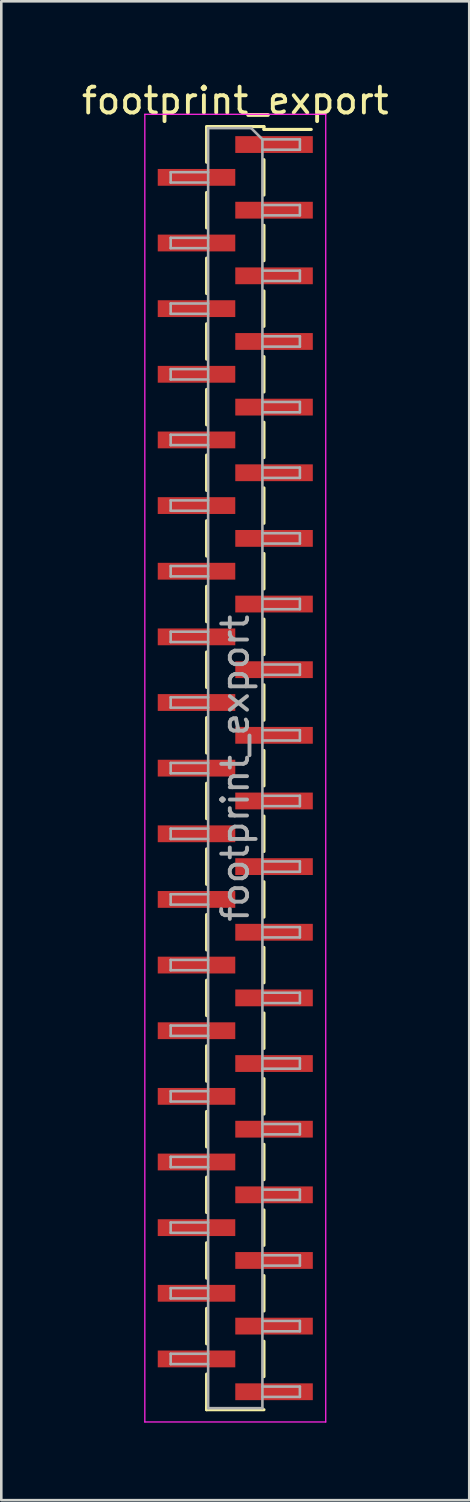
<source format=kicad_pcb>
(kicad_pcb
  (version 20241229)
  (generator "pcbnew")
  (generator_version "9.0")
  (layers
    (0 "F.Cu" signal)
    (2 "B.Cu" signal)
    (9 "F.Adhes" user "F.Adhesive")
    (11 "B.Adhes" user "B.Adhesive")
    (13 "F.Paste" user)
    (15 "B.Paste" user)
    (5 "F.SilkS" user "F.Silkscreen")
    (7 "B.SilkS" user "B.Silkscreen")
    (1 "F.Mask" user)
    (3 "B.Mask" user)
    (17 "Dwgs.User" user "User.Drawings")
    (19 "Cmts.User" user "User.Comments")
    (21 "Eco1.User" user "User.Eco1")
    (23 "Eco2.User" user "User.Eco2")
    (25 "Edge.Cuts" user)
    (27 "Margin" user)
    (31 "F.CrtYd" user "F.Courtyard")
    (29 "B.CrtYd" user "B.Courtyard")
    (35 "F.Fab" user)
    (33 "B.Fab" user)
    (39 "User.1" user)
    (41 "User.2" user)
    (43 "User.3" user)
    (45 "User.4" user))
  (footprint "footprint_export"
    (layer "F.Cu")
    (at 6.054 26.673)
    (property "Reference" "footprint_export" (at 0 -25.825 0) (layer "F.SilkS") (effects (font (size 1 1) (thickness 0.15))))
    (attr smd)
    (fp_line (start -1.11 -24.825) (end 1.11 -24.825) (stroke (width 0.12) (type solid)) (layer "F.SilkS"))
    (fp_line (start -1.11 -24.815) (end -1.11 -23.445) (stroke (width 0.12) (type solid)) (layer "F.SilkS"))
    (fp_line (start -1.11 -22.275) (end -1.11 -20.905) (stroke (width 0.12) (type solid)) (layer "F.SilkS"))
    (fp_line (start -1.11 -19.735) (end -1.11 -18.365) (stroke (width 0.12) (type solid)) (layer "F.SilkS"))
    (fp_line (start -1.11 -17.195) (end -1.11 -15.825) (stroke (width 0.12) (type solid)) (layer "F.SilkS"))
    (fp_line (start -1.11 -14.655) (end -1.11 -13.285) (stroke (width 0.12) (type solid)) (layer "F.SilkS"))
    (fp_line (start -1.11 -12.115) (end -1.11 -10.745) (stroke (width 0.12) (type solid)) (layer "F.SilkS"))
    (fp_line (start -1.11 -9.575) (end -1.11 -8.205) (stroke (width 0.12) (type solid)) (layer "F.SilkS"))
    (fp_line (start -1.11 -7.035) (end -1.11 -5.665) (stroke (width 0.12) (type solid)) (layer "F.SilkS"))
    (fp_line (start -1.11 -4.495) (end -1.11 -3.125) (stroke (width 0.12) (type solid)) (layer "F.SilkS"))
    (fp_line (start -1.11 -1.955) (end -1.11 -0.585) (stroke (width 0.12) (type solid)) (layer "F.SilkS"))
    (fp_line (start -1.11 0.585) (end -1.11 1.955) (stroke (width 0.12) (type solid)) (layer "F.SilkS"))
    (fp_line (start -1.11 3.125) (end -1.11 4.495) (stroke (width 0.12) (type solid)) (layer "F.SilkS"))
    (fp_line (start -1.11 5.665) (end -1.11 7.035) (stroke (width 0.12) (type solid)) (layer "F.SilkS"))
    (fp_line (start -1.11 8.205) (end -1.11 9.575) (stroke (width 0.12) (type solid)) (layer "F.SilkS"))
    (fp_line (start -1.11 10.745) (end -1.11 12.115) (stroke (width 0.12) (type solid)) (layer "F.SilkS"))
    (fp_line (start -1.11 13.285) (end -1.11 14.655) (stroke (width 0.12) (type solid)) (layer "F.SilkS"))
    (fp_line (start -1.11 15.825) (end -1.11 17.195) (stroke (width 0.12) (type solid)) (layer "F.SilkS"))
    (fp_line (start -1.11 18.365) (end -1.11 19.735) (stroke (width 0.12) (type solid)) (layer "F.SilkS"))
    (fp_line (start -1.11 20.905) (end -1.11 22.275) (stroke (width 0.12) (type solid)) (layer "F.SilkS"))
    (fp_line (start -1.11 23.445) (end -1.11 24.815) (stroke (width 0.12) (type solid)) (layer "F.SilkS"))
    (fp_line (start -1.11 24.715) (end -1.11 24.825) (stroke (width 0.12) (type solid)) (layer "F.SilkS"))
    (fp_line (start -1.11 24.825) (end 1.11 24.825) (stroke (width 0.12) (type solid)) (layer "F.SilkS"))
    (fp_line (start 1.11 -24.825) (end 1.11 -24.715) (stroke (width 0.12) (type solid)) (layer "F.SilkS"))
    (fp_line (start 1.11 -24.715) (end 2.94 -24.715) (stroke (width 0.12) (type solid)) (layer "F.SilkS"))
    (fp_line (start 1.11 -23.545) (end 1.11 -22.175) (stroke (width 0.12) (type solid)) (layer "F.SilkS"))
    (fp_line (start 1.11 -21.005) (end 1.11 -19.635) (stroke (width 0.12) (type solid)) (layer "F.SilkS"))
    (fp_line (start 1.11 -18.465) (end 1.11 -17.095) (stroke (width 0.12) (type solid)) (layer "F.SilkS"))
    (fp_line (start 1.11 -15.925) (end 1.11 -14.555) (stroke (width 0.12) (type solid)) (layer "F.SilkS"))
    (fp_line (start 1.11 -13.385) (end 1.11 -12.015) (stroke (width 0.12) (type solid)) (layer "F.SilkS"))
    (fp_line (start 1.11 -10.845) (end 1.11 -9.475) (stroke (width 0.12) (type solid)) (layer "F.SilkS"))
    (fp_line (start 1.11 -8.305) (end 1.11 -6.935) (stroke (width 0.12) (type solid)) (layer "F.SilkS"))
    (fp_line (start 1.11 -5.765) (end 1.11 -4.395) (stroke (width 0.12) (type solid)) (layer "F.SilkS"))
    (fp_line (start 1.11 -3.225) (end 1.11 -1.855) (stroke (width 0.12) (type solid)) (layer "F.SilkS"))
    (fp_line (start 1.11 -0.685) (end 1.11 0.685) (stroke (width 0.12) (type solid)) (layer "F.SilkS"))
    (fp_line (start 1.11 1.855) (end 1.11 3.225) (stroke (width 0.12) (type solid)) (layer "F.SilkS"))
    (fp_line (start 1.11 4.395) (end 1.11 5.765) (stroke (width 0.12) (type solid)) (layer "F.SilkS"))
    (fp_line (start 1.11 6.935) (end 1.11 8.305) (stroke (width 0.12) (type solid)) (layer "F.SilkS"))
    (fp_line (start 1.11 9.475) (end 1.11 10.845) (stroke (width 0.12) (type solid)) (layer "F.SilkS"))
    (fp_line (start 1.11 12.015) (end 1.11 13.385) (stroke (width 0.12) (type solid)) (layer "F.SilkS"))
    (fp_line (start 1.11 14.555) (end 1.11 15.925) (stroke (width 0.12) (type solid)) (layer "F.SilkS"))
    (fp_line (start 1.11 17.095) (end 1.11 18.465) (stroke (width 0.12) (type solid)) (layer "F.SilkS"))
    (fp_line (start 1.11 19.635) (end 1.11 21.005) (stroke (width 0.12) (type solid)) (layer "F.SilkS"))
    (fp_line (start 1.11 22.175) (end 1.11 23.545) (stroke (width 0.12) (type solid)) (layer "F.SilkS"))
    (fp_line (start -3.5 -25.3) (end -3.5 25.3) (stroke (width 0.05) (type solid)) (layer "F.CrtYd"))
    (fp_line (start -3.5 25.3) (end 3.5 25.3) (stroke (width 0.05) (type solid)) (layer "F.CrtYd"))
    (fp_line (start 3.5 -25.3) (end -3.5 -25.3) (stroke (width 0.05) (type solid)) (layer "F.CrtYd"))
    (fp_line (start 3.5 25.3) (end 3.5 -25.3) (stroke (width 0.05) (type solid)) (layer "F.CrtYd"))
    (fp_line (start -2.5 -23.06) (end -2.5 -22.66) (stroke (width 0.1) (type solid)) (layer "F.Fab"))
    (fp_line (start -2.5 -22.66) (end -1.05 -22.66) (stroke (width 0.1) (type solid)) (layer "F.Fab"))
    (fp_line (start -2.5 -20.52) (end -2.5 -20.12) (stroke (width 0.1) (type solid)) (layer "F.Fab"))
    (fp_line (start -2.5 -20.12) (end -1.05 -20.12) (stroke (width 0.1) (type solid)) (layer "F.Fab"))
    (fp_line (start -2.5 -17.98) (end -2.5 -17.58) (stroke (width 0.1) (type solid)) (layer "F.Fab"))
    (fp_line (start -2.5 -17.58) (end -1.05 -17.58) (stroke (width 0.1) (type solid)) (layer "F.Fab"))
    (fp_line (start -2.5 -15.44) (end -2.5 -15.04) (stroke (width 0.1) (type solid)) (layer "F.Fab"))
    (fp_line (start -2.5 -15.04) (end -1.05 -15.04) (stroke (width 0.1) (type solid)) (layer "F.Fab"))
    (fp_line (start -2.5 -12.9) (end -2.5 -12.5) (stroke (width 0.1) (type solid)) (layer "F.Fab"))
    (fp_line (start -2.5 -12.5) (end -1.05 -12.5) (stroke (width 0.1) (type solid)) (layer "F.Fab"))
    (fp_line (start -2.5 -10.36) (end -2.5 -9.96) (stroke (width 0.1) (type solid)) (layer "F.Fab"))
    (fp_line (start -2.5 -9.96) (end -1.05 -9.96) (stroke (width 0.1) (type solid)) (layer "F.Fab"))
    (fp_line (start -2.5 -7.82) (end -2.5 -7.42) (stroke (width 0.1) (type solid)) (layer "F.Fab"))
    (fp_line (start -2.5 -7.42) (end -1.05 -7.42) (stroke (width 0.1) (type solid)) (layer "F.Fab"))
    (fp_line (start -2.5 -5.28) (end -2.5 -4.88) (stroke (width 0.1) (type solid)) (layer "F.Fab"))
    (fp_line (start -2.5 -4.88) (end -1.05 -4.88) (stroke (width 0.1) (type solid)) (layer "F.Fab"))
    (fp_line (start -2.5 -2.74) (end -2.5 -2.34) (stroke (width 0.1) (type solid)) (layer "F.Fab"))
    (fp_line (start -2.5 -2.34) (end -1.05 -2.34) (stroke (width 0.1) (type solid)) (layer "F.Fab"))
    (fp_line (start -2.5 -0.2) (end -2.5 0.2) (stroke (width 0.1) (type solid)) (layer "F.Fab"))
    (fp_line (start -2.5 0.2) (end -1.05 0.2) (stroke (width 0.1) (type solid)) (layer "F.Fab"))
    (fp_line (start -2.5 2.34) (end -2.5 2.74) (stroke (width 0.1) (type solid)) (layer "F.Fab"))
    (fp_line (start -2.5 2.74) (end -1.05 2.74) (stroke (width 0.1) (type solid)) (layer "F.Fab"))
    (fp_line (start -2.5 4.88) (end -2.5 5.28) (stroke (width 0.1) (type solid)) (layer "F.Fab"))
    (fp_line (start -2.5 5.28) (end -1.05 5.28) (stroke (width 0.1) (type solid)) (layer "F.Fab"))
    (fp_line (start -2.5 7.42) (end -2.5 7.82) (stroke (width 0.1) (type solid)) (layer "F.Fab"))
    (fp_line (start -2.5 7.82) (end -1.05 7.82) (stroke (width 0.1) (type solid)) (layer "F.Fab"))
    (fp_line (start -2.5 9.96) (end -2.5 10.36) (stroke (width 0.1) (type solid)) (layer "F.Fab"))
    (fp_line (start -2.5 10.36) (end -1.05 10.36) (stroke (width 0.1) (type solid)) (layer "F.Fab"))
    (fp_line (start -2.5 12.5) (end -2.5 12.9) (stroke (width 0.1) (type solid)) (layer "F.Fab"))
    (fp_line (start -2.5 12.9) (end -1.05 12.9) (stroke (width 0.1) (type solid)) (layer "F.Fab"))
    (fp_line (start -2.5 15.04) (end -2.5 15.44) (stroke (width 0.1) (type solid)) (layer "F.Fab"))
    (fp_line (start -2.5 15.44) (end -1.05 15.44) (stroke (width 0.1) (type solid)) (layer "F.Fab"))
    (fp_line (start -2.5 17.58) (end -2.5 17.98) (stroke (width 0.1) (type solid)) (layer "F.Fab"))
    (fp_line (start -2.5 17.98) (end -1.05 17.98) (stroke (width 0.1) (type solid)) (layer "F.Fab"))
    (fp_line (start -2.5 20.12) (end -2.5 20.52) (stroke (width 0.1) (type solid)) (layer "F.Fab"))
    (fp_line (start -2.5 20.52) (end -1.05 20.52) (stroke (width 0.1) (type solid)) (layer "F.Fab"))
    (fp_line (start -2.5 22.66) (end -2.5 23.06) (stroke (width 0.1) (type solid)) (layer "F.Fab"))
    (fp_line (start -2.5 23.06) (end -1.05 23.06) (stroke (width 0.1) (type solid)) (layer "F.Fab"))
    (fp_line (start -1.05 -24.765) (end -1.05 24.765) (stroke (width 0.1) (type solid)) (layer "F.Fab"))
    (fp_line (start -1.05 -24.765) (end 0.615 -24.765) (stroke (width 0.1) (type solid)) (layer "F.Fab"))
    (fp_line (start -1.05 -23.06) (end -2.5 -23.06) (stroke (width 0.1) (type solid)) (layer "F.Fab"))
    (fp_line (start -1.05 -20.52) (end -2.5 -20.52) (stroke (width 0.1) (type solid)) (layer "F.Fab"))
    (fp_line (start -1.05 -17.98) (end -2.5 -17.98) (stroke (width 0.1) (type solid)) (layer "F.Fab"))
    (fp_line (start -1.05 -15.44) (end -2.5 -15.44) (stroke (width 0.1) (type solid)) (layer "F.Fab"))
    (fp_line (start -1.05 -12.9) (end -2.5 -12.9) (stroke (width 0.1) (type solid)) (layer "F.Fab"))
    (fp_line (start -1.05 -10.36) (end -2.5 -10.36) (stroke (width 0.1) (type solid)) (layer "F.Fab"))
    (fp_line (start -1.05 -7.82) (end -2.5 -7.82) (stroke (width 0.1) (type solid)) (layer "F.Fab"))
    (fp_line (start -1.05 -5.28) (end -2.5 -5.28) (stroke (width 0.1) (type solid)) (layer "F.Fab"))
    (fp_line (start -1.05 -2.74) (end -2.5 -2.74) (stroke (width 0.1) (type solid)) (layer "F.Fab"))
    (fp_line (start -1.05 -0.2) (end -2.5 -0.2) (stroke (width 0.1) (type solid)) (layer "F.Fab"))
    (fp_line (start -1.05 2.34) (end -2.5 2.34) (stroke (width 0.1) (type solid)) (layer "F.Fab"))
    (fp_line (start -1.05 4.88) (end -2.5 4.88) (stroke (width 0.1) (type solid)) (layer "F.Fab"))
    (fp_line (start -1.05 7.42) (end -2.5 7.42) (stroke (width 0.1) (type solid)) (layer "F.Fab"))
    (fp_line (start -1.05 9.96) (end -2.5 9.96) (stroke (width 0.1) (type solid)) (layer "F.Fab"))
    (fp_line (start -1.05 12.5) (end -2.5 12.5) (stroke (width 0.1) (type solid)) (layer "F.Fab"))
    (fp_line (start -1.05 15.04) (end -2.5 15.04) (stroke (width 0.1) (type solid)) (layer "F.Fab"))
    (fp_line (start -1.05 17.58) (end -2.5 17.58) (stroke (width 0.1) (type solid)) (layer "F.Fab"))
    (fp_line (start -1.05 20.12) (end -2.5 20.12) (stroke (width 0.1) (type solid)) (layer "F.Fab"))
    (fp_line (start -1.05 22.66) (end -2.5 22.66) (stroke (width 0.1) (type solid)) (layer "F.Fab"))
    (fp_line (start 1.05 -24.33) (end 0.615 -24.765) (stroke (width 0.1) (type solid)) (layer "F.Fab"))
    (fp_line (start 1.05 -24.33) (end 2.5 -24.33) (stroke (width 0.1) (type solid)) (layer "F.Fab"))
    (fp_line (start 1.05 -21.79) (end 2.5 -21.79) (stroke (width 0.1) (type solid)) (layer "F.Fab"))
    (fp_line (start 1.05 -19.25) (end 2.5 -19.25) (stroke (width 0.1) (type solid)) (layer "F.Fab"))
    (fp_line (start 1.05 -16.71) (end 2.5 -16.71) (stroke (width 0.1) (type solid)) (layer "F.Fab"))
    (fp_line (start 1.05 -14.17) (end 2.5 -14.17) (stroke (width 0.1) (type solid)) (layer "F.Fab"))
    (fp_line (start 1.05 -11.63) (end 2.5 -11.63) (stroke (width 0.1) (type solid)) (layer "F.Fab"))
    (fp_line (start 1.05 -9.09) (end 2.5 -9.09) (stroke (width 0.1) (type solid)) (layer "F.Fab"))
    (fp_line (start 1.05 -6.55) (end 2.5 -6.55) (stroke (width 0.1) (type solid)) (layer "F.Fab"))
    (fp_line (start 1.05 -4.01) (end 2.5 -4.01) (stroke (width 0.1) (type solid)) (layer "F.Fab"))
    (fp_line (start 1.05 -1.47) (end 2.5 -1.47) (stroke (width 0.1) (type solid)) (layer "F.Fab"))
    (fp_line (start 1.05 1.07) (end 2.5 1.07) (stroke (width 0.1) (type solid)) (layer "F.Fab"))
    (fp_line (start 1.05 3.61) (end 2.5 3.61) (stroke (width 0.1) (type solid)) (layer "F.Fab"))
    (fp_line (start 1.05 6.15) (end 2.5 6.15) (stroke (width 0.1) (type solid)) (layer "F.Fab"))
    (fp_line (start 1.05 8.69) (end 2.5 8.69) (stroke (width 0.1) (type solid)) (layer "F.Fab"))
    (fp_line (start 1.05 11.23) (end 2.5 11.23) (stroke (width 0.1) (type solid)) (layer "F.Fab"))
    (fp_line (start 1.05 13.77) (end 2.5 13.77) (stroke (width 0.1) (type solid)) (layer "F.Fab"))
    (fp_line (start 1.05 16.31) (end 2.5 16.31) (stroke (width 0.1) (type solid)) (layer "F.Fab"))
    (fp_line (start 1.05 18.85) (end 2.5 18.85) (stroke (width 0.1) (type solid)) (layer "F.Fab"))
    (fp_line (start 1.05 21.39) (end 2.5 21.39) (stroke (width 0.1) (type solid)) (layer "F.Fab"))
    (fp_line (start 1.05 23.93) (end 2.5 23.93) (stroke (width 0.1) (type solid)) (layer "F.Fab"))
    (fp_line (start 1.05 24.765) (end -1.05 24.765) (stroke (width 0.1) (type solid)) (layer "F.Fab"))
    (fp_line (start 1.05 24.765) (end 1.05 -24.33) (stroke (width 0.1) (type solid)) (layer "F.Fab"))
    (fp_line (start 2.5 -24.33) (end 2.5 -23.93) (stroke (width 0.1) (type solid)) (layer "F.Fab"))
    (fp_line (start 2.5 -23.93) (end 1.05 -23.93) (stroke (width 0.1) (type solid)) (layer "F.Fab"))
    (fp_line (start 2.5 -21.79) (end 2.5 -21.39) (stroke (width 0.1) (type solid)) (layer "F.Fab"))
    (fp_line (start 2.5 -21.39) (end 1.05 -21.39) (stroke (width 0.1) (type solid)) (layer "F.Fab"))
    (fp_line (start 2.5 -19.25) (end 2.5 -18.85) (stroke (width 0.1) (type solid)) (layer "F.Fab"))
    (fp_line (start 2.5 -18.85) (end 1.05 -18.85) (stroke (width 0.1) (type solid)) (layer "F.Fab"))
    (fp_line (start 2.5 -16.71) (end 2.5 -16.31) (stroke (width 0.1) (type solid)) (layer "F.Fab"))
    (fp_line (start 2.5 -16.31) (end 1.05 -16.31) (stroke (width 0.1) (type solid)) (layer "F.Fab"))
    (fp_line (start 2.5 -14.17) (end 2.5 -13.77) (stroke (width 0.1) (type solid)) (layer "F.Fab"))
    (fp_line (start 2.5 -13.77) (end 1.05 -13.77) (stroke (width 0.1) (type solid)) (layer "F.Fab"))
    (fp_line (start 2.5 -11.63) (end 2.5 -11.23) (stroke (width 0.1) (type solid)) (layer "F.Fab"))
    (fp_line (start 2.5 -11.23) (end 1.05 -11.23) (stroke (width 0.1) (type solid)) (layer "F.Fab"))
    (fp_line (start 2.5 -9.09) (end 2.5 -8.69) (stroke (width 0.1) (type solid)) (layer "F.Fab"))
    (fp_line (start 2.5 -8.69) (end 1.05 -8.69) (stroke (width 0.1) (type solid)) (layer "F.Fab"))
    (fp_line (start 2.5 -6.55) (end 2.5 -6.15) (stroke (width 0.1) (type solid)) (layer "F.Fab"))
    (fp_line (start 2.5 -6.15) (end 1.05 -6.15) (stroke (width 0.1) (type solid)) (layer "F.Fab"))
    (fp_line (start 2.5 -4.01) (end 2.5 -3.61) (stroke (width 0.1) (type solid)) (layer "F.Fab"))
    (fp_line (start 2.5 -3.61) (end 1.05 -3.61) (stroke (width 0.1) (type solid)) (layer "F.Fab"))
    (fp_line (start 2.5 -1.47) (end 2.5 -1.07) (stroke (width 0.1) (type solid)) (layer "F.Fab"))
    (fp_line (start 2.5 -1.07) (end 1.05 -1.07) (stroke (width 0.1) (type solid)) (layer "F.Fab"))
    (fp_line (start 2.5 1.07) (end 2.5 1.47) (stroke (width 0.1) (type solid)) (layer "F.Fab"))
    (fp_line (start 2.5 1.47) (end 1.05 1.47) (stroke (width 0.1) (type solid)) (layer "F.Fab"))
    (fp_line (start 2.5 3.61) (end 2.5 4.01) (stroke (width 0.1) (type solid)) (layer "F.Fab"))
    (fp_line (start 2.5 4.01) (end 1.05 4.01) (stroke (width 0.1) (type solid)) (layer "F.Fab"))
    (fp_line (start 2.5 6.15) (end 2.5 6.55) (stroke (width 0.1) (type solid)) (layer "F.Fab"))
    (fp_line (start 2.5 6.55) (end 1.05 6.55) (stroke (width 0.1) (type solid)) (layer "F.Fab"))
    (fp_line (start 2.5 8.69) (end 2.5 9.09) (stroke (width 0.1) (type solid)) (layer "F.Fab"))
    (fp_line (start 2.5 9.09) (end 1.05 9.09) (stroke (width 0.1) (type solid)) (layer "F.Fab"))
    (fp_line (start 2.5 11.23) (end 2.5 11.63) (stroke (width 0.1) (type solid)) (layer "F.Fab"))
    (fp_line (start 2.5 11.63) (end 1.05 11.63) (stroke (width 0.1) (type solid)) (layer "F.Fab"))
    (fp_line (start 2.5 13.77) (end 2.5 14.17) (stroke (width 0.1) (type solid)) (layer "F.Fab"))
    (fp_line (start 2.5 14.17) (end 1.05 14.17) (stroke (width 0.1) (type solid)) (layer "F.Fab"))
    (fp_line (start 2.5 16.31) (end 2.5 16.71) (stroke (width 0.1) (type solid)) (layer "F.Fab"))
    (fp_line (start 2.5 16.71) (end 1.05 16.71) (stroke (width 0.1) (type solid)) (layer "F.Fab"))
    (fp_line (start 2.5 18.85) (end 2.5 19.25) (stroke (width 0.1) (type solid)) (layer "F.Fab"))
    (fp_line (start 2.5 19.25) (end 1.05 19.25) (stroke (width 0.1) (type solid)) (layer "F.Fab"))
    (fp_line (start 2.5 21.39) (end 2.5 21.79) (stroke (width 0.1) (type solid)) (layer "F.Fab"))
    (fp_line (start 2.5 21.79) (end 1.05 21.79) (stroke (width 0.1) (type solid)) (layer "F.Fab"))
    (fp_line (start 2.5 23.93) (end 2.5 24.33) (stroke (width 0.1) (type solid)) (layer "F.Fab"))
    (fp_line (start 2.5 24.33) (end 1.05 24.33) (stroke (width 0.1) (type solid)) (layer "F.Fab"))
    (fp_text user "${REFERENCE}" (at 0 0 90) (layer "F.Fab") (effects (font (size 1 1) (thickness 0.15))))
    (pad "1" smd rect (at 1.5 -24.13) (size 3 0.65) (layers "F.Cu" "F.Mask" "F.Paste"))
    (pad "2" smd rect (at -1.5 -22.86) (size 3 0.65) (layers "F.Cu" "F.Mask" "F.Paste"))
    (pad "3" smd rect (at 1.5 -21.59) (size 3 0.65) (layers "F.Cu" "F.Mask" "F.Paste"))
    (pad "4" smd rect (at -1.5 -20.32) (size 3 0.65) (layers "F.Cu" "F.Mask" "F.Paste"))
    (pad "5" smd rect (at 1.5 -19.05) (size 3 0.65) (layers "F.Cu" "F.Mask" "F.Paste"))
    (pad "6" smd rect (at -1.5 -17.78) (size 3 0.65) (layers "F.Cu" "F.Mask" "F.Paste"))
    (pad "7" smd rect (at 1.5 -16.51) (size 3 0.65) (layers "F.Cu" "F.Mask" "F.Paste"))
    (pad "8" smd rect (at -1.5 -15.24) (size 3 0.65) (layers "F.Cu" "F.Mask" "F.Paste"))
    (pad "9" smd rect (at 1.5 -13.97) (size 3 0.65) (layers "F.Cu" "F.Mask" "F.Paste"))
    (pad "10" smd rect (at -1.5 -12.7) (size 3 0.65) (layers "F.Cu" "F.Mask" "F.Paste"))
    (pad "11" smd rect (at 1.5 -11.43) (size 3 0.65) (layers "F.Cu" "F.Mask" "F.Paste"))
    (pad "12" smd rect (at -1.5 -10.16) (size 3 0.65) (layers "F.Cu" "F.Mask" "F.Paste"))
    (pad "13" smd rect (at 1.5 -8.89) (size 3 0.65) (layers "F.Cu" "F.Mask" "F.Paste"))
    (pad "14" smd rect (at -1.5 -7.62) (size 3 0.65) (layers "F.Cu" "F.Mask" "F.Paste"))
    (pad "15" smd rect (at 1.5 -6.35) (size 3 0.65) (layers "F.Cu" "F.Mask" "F.Paste"))
    (pad "16" smd rect (at -1.5 -5.08) (size 3 0.65) (layers "F.Cu" "F.Mask" "F.Paste"))
    (pad "17" smd rect (at 1.5 -3.81) (size 3 0.65) (layers "F.Cu" "F.Mask" "F.Paste"))
    (pad "18" smd rect (at -1.5 -2.54) (size 3 0.65) (layers "F.Cu" "F.Mask" "F.Paste"))
    (pad "19" smd rect (at 1.5 -1.27) (size 3 0.65) (layers "F.Cu" "F.Mask" "F.Paste"))
    (pad "20" smd rect (at -1.5 0) (size 3 0.65) (layers "F.Cu" "F.Mask" "F.Paste"))
    (pad "21" smd rect (at 1.5 1.27) (size 3 0.65) (layers "F.Cu" "F.Mask" "F.Paste"))
    (pad "22" smd rect (at -1.5 2.54) (size 3 0.65) (layers "F.Cu" "F.Mask" "F.Paste"))
    (pad "23" smd rect (at 1.5 3.81) (size 3 0.65) (layers "F.Cu" "F.Mask" "F.Paste"))
    (pad "24" smd rect (at -1.5 5.08) (size 3 0.65) (layers "F.Cu" "F.Mask" "F.Paste"))
    (pad "25" smd rect (at 1.5 6.35) (size 3 0.65) (layers "F.Cu" "F.Mask" "F.Paste"))
    (pad "26" smd rect (at -1.5 7.62) (size 3 0.65) (layers "F.Cu" "F.Mask" "F.Paste"))
    (pad "27" smd rect (at 1.5 8.89) (size 3 0.65) (layers "F.Cu" "F.Mask" "F.Paste"))
    (pad "28" smd rect (at -1.5 10.16) (size 3 0.65) (layers "F.Cu" "F.Mask" "F.Paste"))
    (pad "29" smd rect (at 1.5 11.43) (size 3 0.65) (layers "F.Cu" "F.Mask" "F.Paste"))
    (pad "30" smd rect (at -1.5 12.7) (size 3 0.65) (layers "F.Cu" "F.Mask" "F.Paste"))
    (pad "31" smd rect (at 1.5 13.97) (size 3 0.65) (layers "F.Cu" "F.Mask" "F.Paste"))
    (pad "32" smd rect (at -1.5 15.24) (size 3 0.65) (layers "F.Cu" "F.Mask" "F.Paste"))
    (pad "33" smd rect (at 1.5 16.51) (size 3 0.65) (layers "F.Cu" "F.Mask" "F.Paste"))
    (pad "34" smd rect (at -1.5 17.78) (size 3 0.65) (layers "F.Cu" "F.Mask" "F.Paste"))
    (pad "35" smd rect (at 1.5 19.05) (size 3 0.65) (layers "F.Cu" "F.Mask" "F.Paste"))
    (pad "36" smd rect (at -1.5 20.32) (size 3 0.65) (layers "F.Cu" "F.Mask" "F.Paste"))
    (pad "37" smd rect (at 1.5 21.59) (size 3 0.65) (layers "F.Cu" "F.Mask" "F.Paste"))
    (pad "38" smd rect (at -1.5 22.86) (size 3 0.65) (layers "F.Cu" "F.Mask" "F.Paste"))
    (pad "39" smd rect (at 1.5 24.13) (size 3 0.65) (layers "F.Cu" "F.Mask" "F.Paste")))
  (gr_rect
    (start -3 -3)
    (end 15.107 54.998)
    (stroke (width 0.1) (type default))
    (fill no)
    (layer "Edge.Cuts")))
</source>
